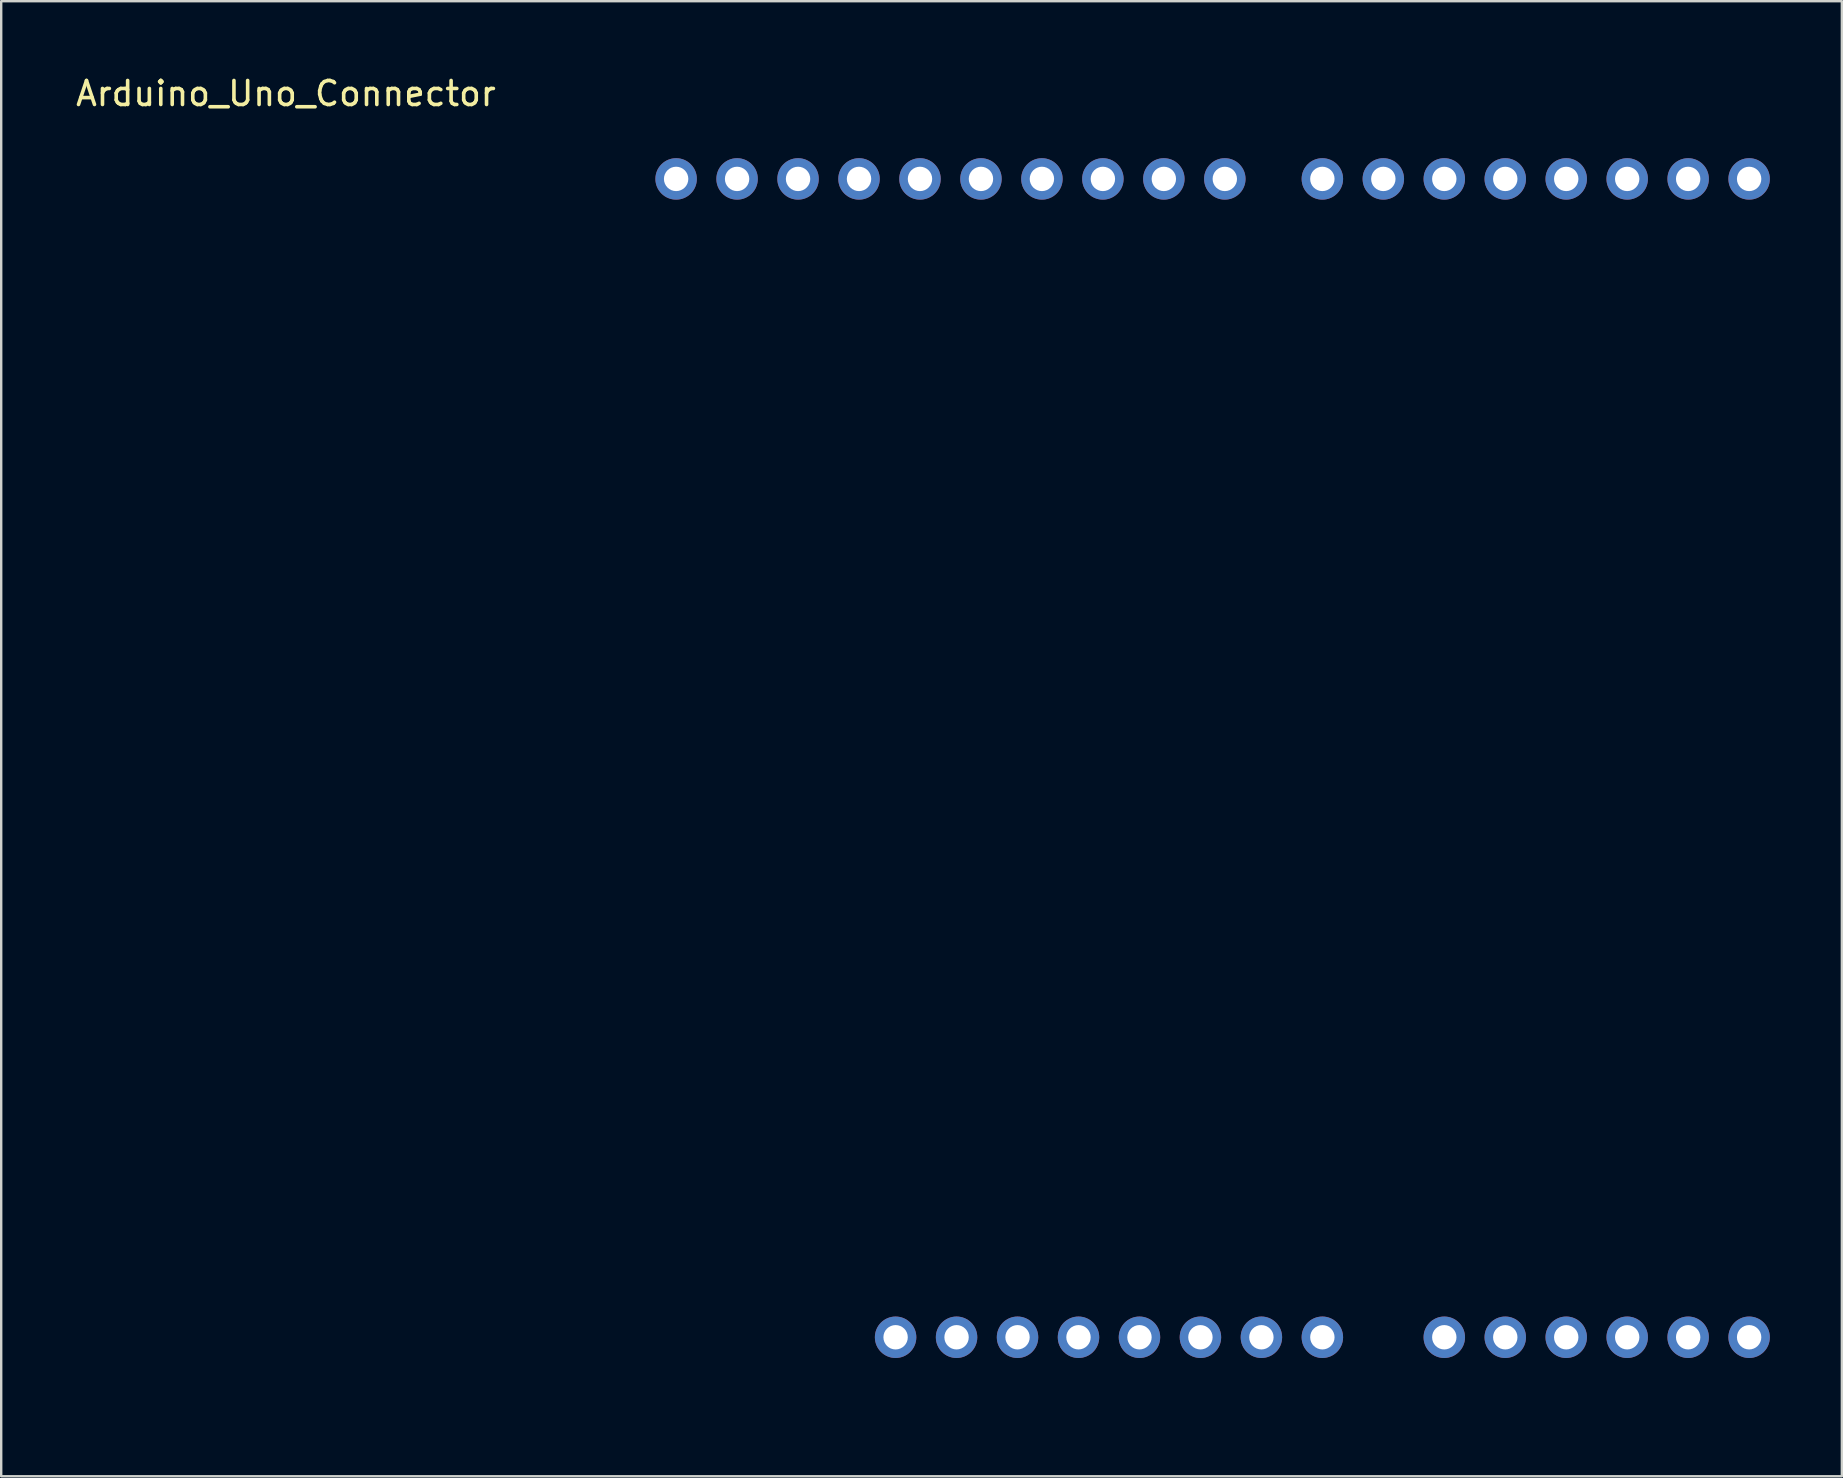
<source format=kicad_pcb>
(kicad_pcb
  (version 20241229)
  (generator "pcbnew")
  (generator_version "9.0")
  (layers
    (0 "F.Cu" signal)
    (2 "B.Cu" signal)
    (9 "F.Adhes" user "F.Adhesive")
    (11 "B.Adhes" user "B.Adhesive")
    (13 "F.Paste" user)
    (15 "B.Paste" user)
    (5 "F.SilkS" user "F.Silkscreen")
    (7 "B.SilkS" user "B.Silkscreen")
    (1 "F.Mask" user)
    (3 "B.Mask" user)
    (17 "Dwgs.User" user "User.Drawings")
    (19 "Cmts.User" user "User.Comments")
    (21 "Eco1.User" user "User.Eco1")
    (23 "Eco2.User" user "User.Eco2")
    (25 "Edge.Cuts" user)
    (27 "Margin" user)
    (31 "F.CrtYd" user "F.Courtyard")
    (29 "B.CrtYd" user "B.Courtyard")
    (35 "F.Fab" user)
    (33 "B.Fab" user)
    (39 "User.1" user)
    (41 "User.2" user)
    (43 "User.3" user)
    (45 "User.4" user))
  (footprint "Arduino_Uno_Connector"
    (layer "F.Cu")
    (at 6.323 55.204)
    (property "Reference" "Arduino_Uno_Connector" (at 2.54 -54.356 0) (layer "F.SilkS") (effects (font (size 1 1) (thickness 0.15))))
    (attr through_hole)
    (pad "" thru_hole oval (at 27.94 -2.54) (size 1.727 1.727) (drill 1.016) (layers "*.Cu" "*.Mask"))
    (pad "3V3" thru_hole oval (at 35.56 -2.54) (size 1.727 1.727) (drill 1.016) (layers "*.Cu" "*.Mask"))
    (pad "5V1" thru_hole oval (at 38.1 -2.54) (size 1.727 1.727) (drill 1.016) (layers "*.Cu" "*.Mask"))
    (pad "A0" thru_hole oval (at 50.8 -2.54) (size 1.727 1.727) (drill 1.016) (layers "*.Cu" "*.Mask"))
    (pad "A1" thru_hole oval (at 53.34 -2.54) (size 1.727 1.727) (drill 1.016) (layers "*.Cu" "*.Mask"))
    (pad "A2" thru_hole oval (at 55.88 -2.54) (size 1.727 1.727) (drill 1.016) (layers "*.Cu" "*.Mask"))
    (pad "A3" thru_hole oval (at 58.42 -2.54) (size 1.727 1.727) (drill 1.016) (layers "*.Cu" "*.Mask"))
    (pad "A4" thru_hole oval (at 60.96 -2.54) (size 1.727 1.727) (drill 1.016) (layers "*.Cu" "*.Mask"))
    (pad "A5" thru_hole oval (at 63.5 -2.54) (size 1.727 1.727) (drill 1.016) (layers "*.Cu" "*.Mask"))
    (pad "AREF" thru_hole oval (at 23.876 -50.8) (size 1.727 1.727) (drill 1.016) (layers "*.Cu" "*.Mask"))
    (pad "D0" thru_hole oval (at 63.5 -50.8) (size 1.727 1.727) (drill 1.016) (layers "*.Cu" "*.Mask"))
    (pad "D1" thru_hole oval (at 60.96 -50.8) (size 1.727 1.727) (drill 1.016) (layers "*.Cu" "*.Mask"))
    (pad "D2" thru_hole oval (at 58.42 -50.8) (size 1.727 1.727) (drill 1.016) (layers "*.Cu" "*.Mask"))
    (pad "D3" thru_hole oval (at 55.88 -50.8) (size 1.727 1.727) (drill 1.016) (layers "*.Cu" "*.Mask"))
    (pad "D4" thru_hole oval (at 53.34 -50.8) (size 1.727 1.727) (drill 1.016) (layers "*.Cu" "*.Mask"))
    (pad "D5" thru_hole oval (at 50.8 -50.8) (size 1.727 1.727) (drill 1.016) (layers "*.Cu" "*.Mask"))
    (pad "D6" thru_hole oval (at 48.26 -50.8) (size 1.727 1.727) (drill 1.016) (layers "*.Cu" "*.Mask"))
    (pad "D7" thru_hole oval (at 45.72 -50.8) (size 1.727 1.727) (drill 1.016) (layers "*.Cu" "*.Mask"))
    (pad "D8" thru_hole oval (at 41.656 -50.8) (size 1.727 1.727) (drill 1.016) (layers "*.Cu" "*.Mask"))
    (pad "D9" thru_hole oval (at 39.116 -50.8) (size 1.727 1.727) (drill 1.016) (layers "*.Cu" "*.Mask"))
    (pad "D10" thru_hole oval (at 36.576 -50.8) (size 1.727 1.727) (drill 1.016) (layers "*.Cu" "*.Mask"))
    (pad "D11" thru_hole oval (at 34.036 -50.8) (size 1.727 1.727) (drill 1.016) (layers "*.Cu" "*.Mask"))
    (pad "D12" thru_hole oval (at 31.496 -50.8) (size 1.727 1.727) (drill 1.016) (layers "*.Cu" "*.Mask"))
    (pad "D13" thru_hole oval (at 28.956 -50.8) (size 1.727 1.727) (drill 1.016) (layers "*.Cu" "*.Mask"))
    (pad "GND1" thru_hole oval (at 26.416 -50.8) (size 1.727 1.727) (drill 1.016) (layers "*.Cu" "*.Mask"))
    (pad "GND2" thru_hole oval (at 40.64 -2.54) (size 1.727 1.727) (drill 1.016) (layers "*.Cu" "*.Mask"))
    (pad "GND3" thru_hole oval (at 43.18 -2.54) (size 1.727 1.727) (drill 1.016) (layers "*.Cu" "*.Mask"))
    (pad "IORF" thru_hole oval (at 30.48 -2.54) (size 1.727 1.727) (drill 1.016) (layers "*.Cu" "*.Mask"))
    (pad "RST1" thru_hole oval (at 33.02 -2.54) (size 1.727 1.727) (drill 1.016) (layers "*.Cu" "*.Mask"))
    (pad "SCL" thru_hole oval (at 18.796 -50.8) (size 1.727 1.727) (drill 1.016) (layers "*.Cu" "*.Mask"))
    (pad "SDA" thru_hole oval (at 21.336 -50.8) (size 1.727 1.727) (drill 1.016) (layers "*.Cu" "*.Mask"))
    (pad "VIN" thru_hole oval (at 45.72 -2.54) (size 1.727 1.727) (drill 1.016) (layers "*.Cu" "*.Mask")))
  (gr_rect
    (start -3 -3)
    (end 73.687 58.454)
    (stroke (width 0.1) (type default))
    (fill no)
    (layer "Edge.Cuts")))
</source>
